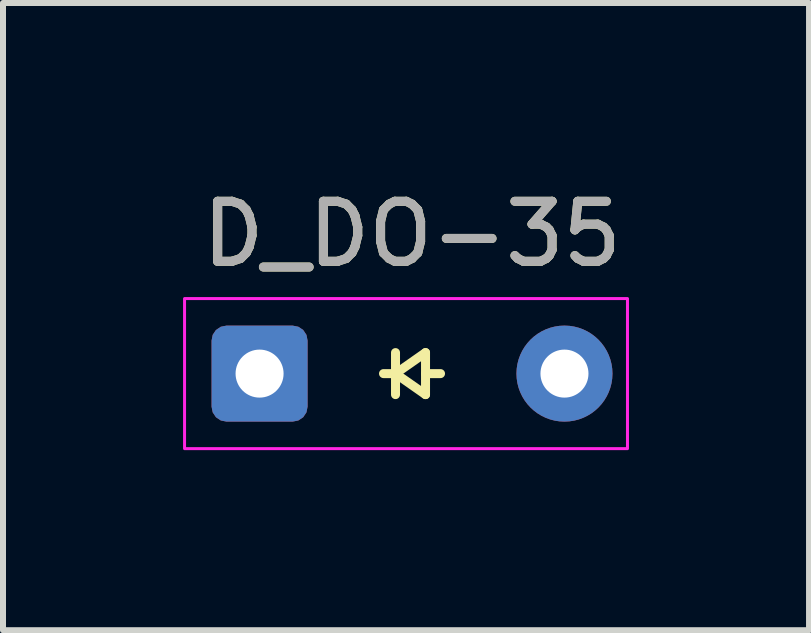
<source format=kicad_pcb>
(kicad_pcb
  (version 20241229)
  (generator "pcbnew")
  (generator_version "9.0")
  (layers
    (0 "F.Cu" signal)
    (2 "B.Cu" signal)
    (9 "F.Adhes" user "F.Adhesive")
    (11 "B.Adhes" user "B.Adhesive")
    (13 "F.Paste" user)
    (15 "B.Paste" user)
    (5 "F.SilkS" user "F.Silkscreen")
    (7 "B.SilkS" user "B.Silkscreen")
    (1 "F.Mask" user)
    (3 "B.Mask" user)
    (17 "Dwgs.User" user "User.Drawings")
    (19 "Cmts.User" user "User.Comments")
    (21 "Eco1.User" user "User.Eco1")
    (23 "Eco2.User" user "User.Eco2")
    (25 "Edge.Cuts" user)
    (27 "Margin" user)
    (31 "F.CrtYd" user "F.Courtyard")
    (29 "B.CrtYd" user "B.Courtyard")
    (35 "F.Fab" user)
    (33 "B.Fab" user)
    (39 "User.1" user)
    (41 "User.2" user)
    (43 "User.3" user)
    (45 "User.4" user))
  (footprint "D_DO-35"
    (layer "F.Cu")
    (at 1.275 3.175)
    (property "Reference" "D_DO-35" (at 2.54 -2.326 0) (layer "F.SilkS") (effects (font (size 1 1) (thickness 0.15))))
    (attr through_hole)
    (fp_line (start 2.265 -0.35) (end 2.265 0.35) (stroke (width 0.15) (type solid)) (layer "F.SilkS"))
    (fp_line (start 2.265 0) (end 2.065 0) (stroke (width 0.15) (type solid)) (layer "F.SilkS"))
    (fp_line (start 2.265 0) (end 2.765 -0.35) (stroke (width 0.15) (type solid)) (layer "F.SilkS"))
    (fp_line (start 2.765 -0.35) (end 2.765 0.35) (stroke (width 0.15) (type solid)) (layer "F.SilkS"))
    (fp_line (start 2.765 0) (end 3.015 0) (stroke (width 0.15) (type solid)) (layer "F.SilkS"))
    (fp_line (start 2.765 0.35) (end 2.265 0) (stroke (width 0.15) (type solid)) (layer "F.SilkS"))
    (fp_rect (start -1.25 -1.25) (end 6.13 1.25) (stroke (width 0.05) (type solid)) (fill no) (layer "F.CrtYd"))
    (fp_text user "${REFERENCE}" (at 2.54 -2.326 0) (layer "F.Fab") (effects (font (size 1 1) (thickness 0.15))))
    (pad "1" thru_hole roundrect (at 0 0) (size 1.6 1.6) (drill 0.8) (layers "*.Cu" "*.Mask") (roundrect_rratio 0.156))
    (pad "2" thru_hole circle (at 5.08 0) (size 1.6 1.6) (drill 0.8) (layers "*.Cu" "*.Mask")))
  (gr_rect
    (start -3 -3)
    (end 10.43 7.45)
    (stroke (width 0.1) (type default))
    (fill no)
    (layer "Edge.Cuts")))
</source>
